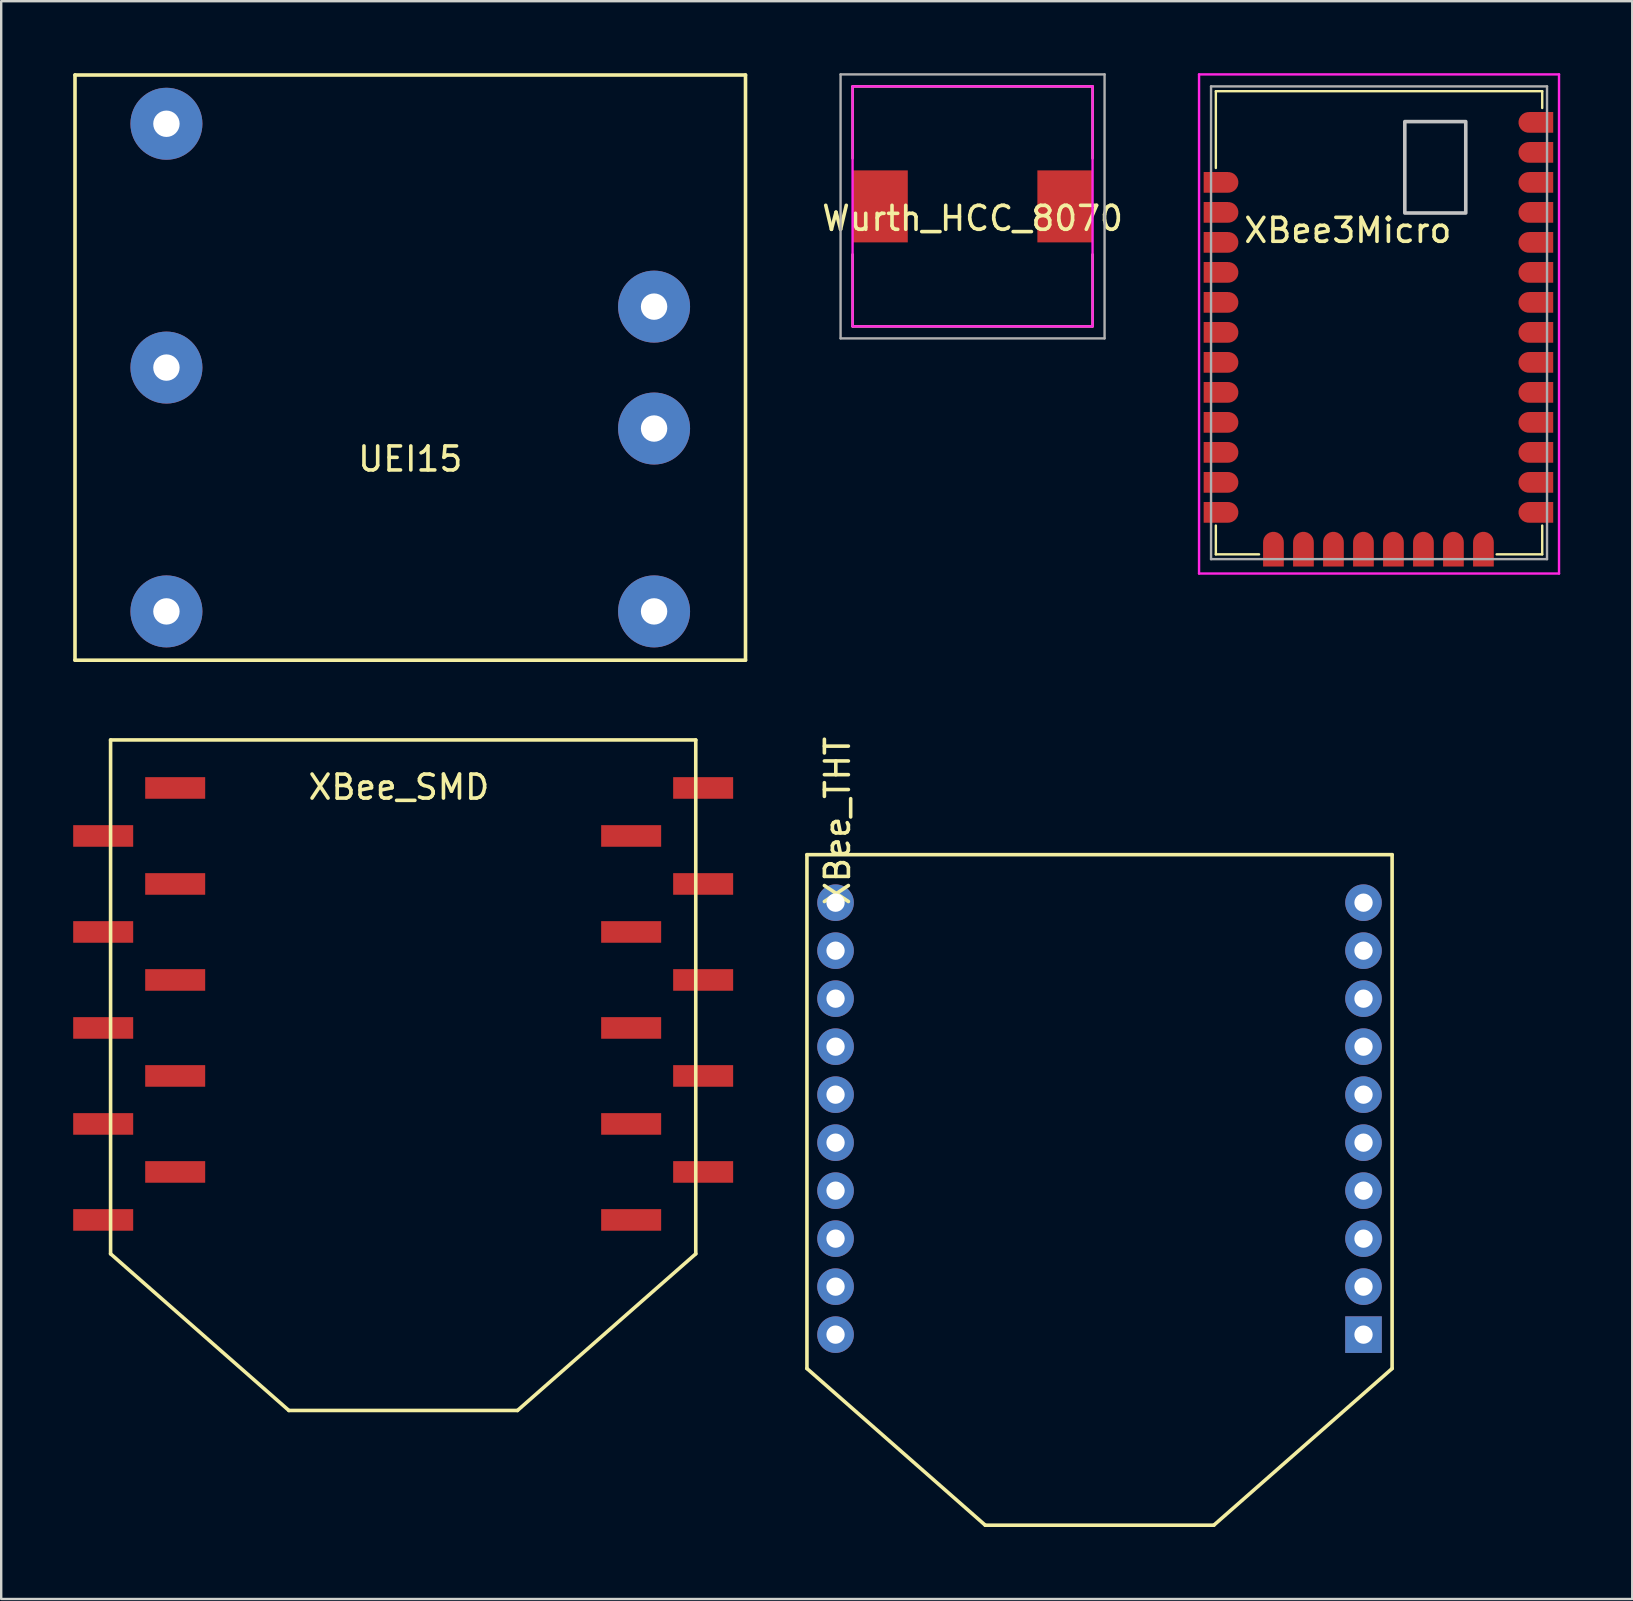
<source format=kicad_pcb>
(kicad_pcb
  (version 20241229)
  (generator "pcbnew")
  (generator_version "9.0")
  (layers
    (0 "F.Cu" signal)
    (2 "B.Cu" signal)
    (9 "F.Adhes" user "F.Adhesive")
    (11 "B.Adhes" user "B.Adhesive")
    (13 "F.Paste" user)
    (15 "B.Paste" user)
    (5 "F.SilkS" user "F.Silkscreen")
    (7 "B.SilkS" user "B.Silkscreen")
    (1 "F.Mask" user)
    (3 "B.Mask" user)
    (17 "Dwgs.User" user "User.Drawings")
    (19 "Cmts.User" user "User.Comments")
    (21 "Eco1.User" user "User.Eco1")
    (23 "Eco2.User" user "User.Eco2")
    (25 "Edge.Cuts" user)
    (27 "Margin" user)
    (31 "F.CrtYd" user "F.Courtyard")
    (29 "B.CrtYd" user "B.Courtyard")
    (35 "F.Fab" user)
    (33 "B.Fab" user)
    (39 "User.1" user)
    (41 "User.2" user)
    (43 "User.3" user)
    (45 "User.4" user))
  (footprint "UEI15"
    (layer "F.Cu")
    (at 14.045 12.267)
    (property "Reference" "UEI15" (at 0 3.81 0) (layer "F.SilkS") (effects (font (size 1 1) (thickness 0.15))))
    (attr through_hole)
    (fp_line (start -13.97 -12.192) (end -13.97 12.192) (stroke (width 0.15) (type solid)) (layer "F.SilkS"))
    (fp_line (start -13.97 -12.192) (end 13.97 -12.192) (stroke (width 0.15) (type solid)) (layer "F.SilkS"))
    (fp_line (start 13.97 -12.192) (end 13.97 12.192) (stroke (width 0.15) (type solid)) (layer "F.SilkS"))
    (fp_line (start 13.97 12.192) (end -13.97 12.192) (stroke (width 0.15) (type solid)) (layer "F.SilkS"))
    (pad "1" thru_hole circle (at 10.16 -2.54) (size 3 3) (drill 1.1) (layers "*.Cu" "*.Mask"))
    (pad "2" thru_hole circle (at 10.16 2.54) (size 3 3) (drill 1.1) (layers "*.Cu" "*.Mask"))
    (pad "3" thru_hole circle (at -10.16 -10.16) (size 3 3) (drill 1.1) (layers "*.Cu" "*.Mask"))
    (pad "4" thru_hole circle (at -10.16 0) (size 3 3) (drill 1.1) (layers "*.Cu" "*.Mask"))
    (pad "5" thru_hole circle (at -10.16 10.16) (size 3 3) (drill 1.1) (layers "*.Cu" "*.Mask"))
    (pad "6" thru_hole circle (at 10.16 10.16) (size 3 3) (drill 1.1) (layers "*.Cu" "*.Mask")))
  (footprint "XBee_SMD"
    (layer "F.Cu")
    (at 13.75 27.784)
    (property "Reference" "XBee_SMD" (at -0.178 1.966 0) (layer "F.SilkS") (effects (font (size 1 1) (thickness 0.15))))
    (attr through_hole)
    (fp_line (start -12.192 0) (end -12.192 21.412) (stroke (width 0.15) (type solid)) (layer "F.SilkS"))
    (fp_line (start -12.192 0) (end 12.192 0) (stroke (width 0.15) (type solid)) (layer "F.SilkS"))
    (fp_line (start -12.192 21.412) (end -4.763 27.94) (stroke (width 0.15) (type solid)) (layer "F.SilkS"))
    (fp_line (start -4.763 27.94) (end 4.763 27.94) (stroke (width 0.15) (type solid)) (layer "F.SilkS"))
    (fp_line (start 12.192 0) (end 12.192 21.412) (stroke (width 0.15) (type solid)) (layer "F.SilkS"))
    (fp_line (start 12.192 21.412) (end 4.763 27.94) (stroke (width 0.15) (type solid)) (layer "F.SilkS"))
    (pad "1" smd rect (at 9.5 20) (size 2.5 0.9) (layers "F.Cu" "F.Mask" "F.Paste"))
    (pad "2" smd rect (at 12.5 18) (size 2.5 0.9) (layers "F.Cu" "F.Mask" "F.Paste"))
    (pad "3" smd rect (at 9.5 16) (size 2.5 0.9) (layers "F.Cu" "F.Mask" "F.Paste"))
    (pad "4" smd rect (at 12.5 14) (size 2.5 0.9) (layers "F.Cu" "F.Mask" "F.Paste"))
    (pad "5" smd rect (at 9.5 12) (size 2.5 0.9) (layers "F.Cu" "F.Mask" "F.Paste"))
    (pad "6" smd rect (at 12.5 10) (size 2.5 0.9) (layers "F.Cu" "F.Mask" "F.Paste"))
    (pad "7" smd rect (at 9.5 8) (size 2.5 0.9) (layers "F.Cu" "F.Mask" "F.Paste"))
    (pad "8" smd rect (at 12.5 6) (size 2.5 0.9) (layers "F.Cu" "F.Mask" "F.Paste"))
    (pad "9" smd rect (at 9.5 4) (size 2.5 0.9) (layers "F.Cu" "F.Mask" "F.Paste"))
    (pad "10" smd rect (at 12.5 2) (size 2.5 0.9) (layers "F.Cu" "F.Mask" "F.Paste"))
    (pad "11" smd rect (at -9.5 2) (size 2.5 0.9) (layers "F.Cu" "F.Mask" "F.Paste"))
    (pad "12" smd rect (at -12.5 4) (size 2.5 0.9) (layers "F.Cu" "F.Mask" "F.Paste"))
    (pad "13" smd rect (at -9.5 6) (size 2.5 0.9) (layers "F.Cu" "F.Mask" "F.Paste"))
    (pad "14" smd rect (at -12.5 8) (size 2.5 0.9) (layers "F.Cu" "F.Mask" "F.Paste"))
    (pad "15" smd rect (at -9.5 10) (size 2.5 0.9) (layers "F.Cu" "F.Mask" "F.Paste"))
    (pad "16" smd rect (at -12.5 12) (size 2.5 0.9) (layers "F.Cu" "F.Mask" "F.Paste"))
    (pad "17" smd rect (at -9.5 14) (size 2.5 0.9) (layers "F.Cu" "F.Mask" "F.Paste"))
    (pad "18" smd rect (at -12.5 16) (size 2.5 0.9) (layers "F.Cu" "F.Mask" "F.Paste"))
    (pad "19" smd rect (at -9.5 18) (size 2.5 0.9) (layers "F.Cu" "F.Mask" "F.Paste"))
    (pad "20" smd rect (at -12.5 20) (size 2.5 0.9) (layers "F.Cu" "F.Mask" "F.Paste")))
  (footprint "Wurth_HCC_8070"
    (layer "F.Cu")
    (at 37.477 5.55)
    (property "Reference" "Wurth_HCC_8070" (at 0 0.5 0) (layer "F.SilkS") (effects (font (size 1 1) (thickness 0.15))))
    (attr through_hole)
    (fp_line (start -5 -5) (end 5 -5) (stroke (width 0.1) (type solid)) (layer "F.SilkS"))
    (fp_line (start -5 -2) (end -5 -5) (stroke (width 0.1) (type solid)) (layer "F.SilkS"))
    (fp_line (start -5 5) (end -5 2) (stroke (width 0.1) (type solid)) (layer "F.SilkS"))
    (fp_line (start 5 -5) (end 5 -2) (stroke (width 0.1) (type solid)) (layer "F.SilkS"))
    (fp_line (start 5 2) (end 5 5) (stroke (width 0.1) (type solid)) (layer "F.SilkS"))
    (fp_line (start 5 5) (end -5 5) (stroke (width 0.1) (type solid)) (layer "F.SilkS"))
    (fp_line (start -5 -5) (end 5 -5) (stroke (width 0.1) (type solid)) (layer "F.CrtYd"))
    (fp_line (start -5 5) (end -5 -5) (stroke (width 0.1) (type solid)) (layer "F.CrtYd"))
    (fp_line (start 5 -5) (end 5 5) (stroke (width 0.1) (type solid)) (layer "F.CrtYd"))
    (fp_line (start 5 5) (end -5 5) (stroke (width 0.1) (type solid)) (layer "F.CrtYd"))
    (fp_line (start -5.5 -5.5) (end 5.5 -5.5) (stroke (width 0.1) (type solid)) (layer "F.Fab"))
    (fp_line (start -5.5 5.5) (end -5.5 -5.5) (stroke (width 0.1) (type solid)) (layer "F.Fab"))
    (fp_line (start 5.5 -5.5) (end 5.5 5.5) (stroke (width 0.1) (type solid)) (layer "F.Fab"))
    (fp_line (start 5.5 5.5) (end -5.5 5.5) (stroke (width 0.1) (type solid)) (layer "F.Fab"))
    (pad "1" smd rect (at 3.85 0) (size 2.3 3) (layers "F.Cu" "F.Mask" "F.Paste"))
    (pad "2" smd rect (at -3.85 0) (size 2.3 3) (layers "F.Cu" "F.Mask" "F.Paste")))
  (footprint "XBee3Micro"
    (layer "F.Cu")
    (at 47.614 20.05)
    (property "Reference" "XBee3Micro" (at 5.5 -13.5 0) (layer "F.SilkS") (effects (font (size 1 1) (thickness 0.15))))
    (attr through_hole)
    (fp_line (start 0 -19.3) (end 0 -16.1) (stroke (width 0.1) (type solid)) (layer "F.SilkS"))
    (fp_line (start 0 -1.2) (end 0 0) (stroke (width 0.1) (type solid)) (layer "F.SilkS"))
    (fp_line (start 0 0) (end 1.8 0) (stroke (width 0.1) (type solid)) (layer "F.SilkS"))
    (fp_line (start 11.7 0) (end 13.6 0) (stroke (width 0.1) (type solid)) (layer "F.SilkS"))
    (fp_line (start 13.6 -19.3) (end 0 -19.3) (stroke (width 0.1) (type solid)) (layer "F.SilkS"))
    (fp_line (start 13.6 -18.6) (end 13.6 -19.3) (stroke (width 0.1) (type solid)) (layer "F.SilkS"))
    (fp_line (start 13.6 0) (end 13.6 -1.2) (stroke (width 0.1) (type solid)) (layer "F.SilkS"))
    (fp_poly (pts (xy 7.874 -18.034) (xy 10.414 -18.034) (xy 10.414 -14.224) (xy 7.874 -14.224)) (stroke (width 0.15) (type solid)) (fill no) (layer "Dwgs.User"))
    (fp_line (start -0.7 -20) (end 14.3 -20) (stroke (width 0.1) (type solid)) (layer "F.CrtYd"))
    (fp_line (start -0.7 0.8) (end -0.7 -20) (stroke (width 0.1) (type solid)) (layer "F.CrtYd"))
    (fp_line (start 14.3 -20) (end 14.3 0.8) (stroke (width 0.1) (type solid)) (layer "F.CrtYd"))
    (fp_line (start 14.3 0.8) (end -0.7 0.8) (stroke (width 0.1) (type solid)) (layer "F.CrtYd"))
    (fp_line (start -0.2 -19.5) (end 13.8 -19.5) (stroke (width 0.1) (type solid)) (layer "F.Fab"))
    (fp_line (start -0.2 0.2) (end -0.2 -19.5) (stroke (width 0.1) (type solid)) (layer "F.Fab"))
    (fp_line (start 13.8 -19.5) (end 13.8 0.2) (stroke (width 0.1) (type solid)) (layer "F.Fab"))
    (fp_line (start 13.8 0.2) (end -0.2 0.2) (stroke (width 0.1) (type solid)) (layer "F.Fab"))
    (pad "1" smd custom (at 0 -15.5) (size 1.016 0.864) (layers "F.Cu" "F.Mask" "F.Paste") (options (anchor rect)) (primitives (gr_circle (center 0.508 0) (end 0.94 0) (width 0) (fill yes))))
    (pad "2" smd custom (at 0 -14.25) (size 1.016 0.864) (layers "F.Cu" "F.Mask" "F.Paste") (options (anchor rect)) (primitives (gr_circle (center 0.508 0) (end 0.94 0) (width 0) (fill yes))))
    (pad "3" smd custom (at 0 -13) (size 1.016 0.864) (layers "F.Cu" "F.Mask" "F.Paste") (options (anchor rect)) (primitives (gr_circle (center 0.508 0) (end 0.94 0) (width 0) (fill yes))))
    (pad "4" smd custom (at 0 -11.75) (size 1.016 0.864) (layers "F.Cu" "F.Mask" "F.Paste") (options (anchor rect)) (primitives (gr_circle (center 0.508 0) (end 0.94 0) (width 0) (fill yes))))
    (pad "5" smd custom (at 0 -10.5) (size 1.016 0.864) (layers "F.Cu" "F.Mask" "F.Paste") (options (anchor rect)) (primitives (gr_circle (center 0.508 0) (end 0.94 0) (width 0) (fill yes))))
    (pad "6" smd custom (at 0 -9.25) (size 1.016 0.864) (layers "F.Cu" "F.Mask" "F.Paste") (options (anchor rect)) (primitives (gr_circle (center 0.508 0) (end 0.94 0) (width 0) (fill yes))))
    (pad "7" smd custom (at 0 -8) (size 1.016 0.864) (layers "F.Cu" "F.Mask" "F.Paste") (options (anchor rect)) (primitives (gr_circle (center 0.508 0) (end 0.94 0) (width 0) (fill yes))))
    (pad "8" smd custom (at 0 -6.75) (size 1.016 0.864) (layers "F.Cu" "F.Mask" "F.Paste") (options (anchor rect)) (primitives (gr_circle (center 0.508 0) (end 0.94 0) (width 0) (fill yes))))
    (pad "9" smd custom (at 0 -5.5) (size 1.016 0.864) (layers "F.Cu" "F.Mask" "F.Paste") (options (anchor rect)) (primitives (gr_circle (center 0.508 0) (end 0.94 0) (width 0) (fill yes))))
    (pad "10" smd custom (at 0 -4.25) (size 1.016 0.864) (layers "F.Cu" "F.Mask" "F.Paste") (options (anchor rect)) (primitives (gr_circle (center 0.508 0) (end 0.94 0) (width 0) (fill yes))))
    (pad "11" smd custom (at 0 -3) (size 1.016 0.864) (layers "F.Cu" "F.Mask" "F.Paste") (options (anchor rect)) (primitives (gr_circle (center 0.508 0) (end 0.94 0) (width 0) (fill yes))))
    (pad "12" smd custom (at 0 -1.75) (size 1.016 0.864) (layers "F.Cu" "F.Mask" "F.Paste") (options (anchor rect)) (primitives (gr_circle (center 0.508 0) (end 0.94 0) (width 0) (fill yes))))
    (pad "13" smd custom (at 2.4 0 90) (size 1.016 0.864) (layers "F.Cu" "F.Mask" "F.Paste") (options (anchor rect)) (primitives (gr_circle (center 0.508 0) (end 0.94 0) (width 0) (fill yes))))
    (pad "14" smd custom (at 3.65 0 90) (size 1.016 0.864) (layers "F.Cu" "F.Mask" "F.Paste") (options (anchor rect)) (primitives (gr_circle (center 0.508 0) (end 0.94 0) (width 0) (fill yes))))
    (pad "15" smd custom (at 4.9 0 90) (size 1.016 0.864) (layers "F.Cu" "F.Mask" "F.Paste") (options (anchor rect)) (primitives (gr_circle (center 0.508 0) (end 0.94 0) (width 0) (fill yes))))
    (pad "16" smd custom (at 6.15 0 90) (size 1.016 0.864) (layers "F.Cu" "F.Mask" "F.Paste") (options (anchor rect)) (primitives (gr_circle (center 0.508 0) (end 0.94 0) (width 0) (fill yes))))
    (pad "17" smd custom (at 7.4 0 90) (size 1.016 0.864) (layers "F.Cu" "F.Mask" "F.Paste") (options (anchor rect)) (primitives (gr_circle (center 0.508 0) (end 0.94 0) (width 0) (fill yes))))
    (pad "18" smd custom (at 8.65 0 90) (size 1.016 0.864) (layers "F.Cu" "F.Mask" "F.Paste") (options (anchor rect)) (primitives (gr_circle (center 0.508 0) (end 0.94 0) (width 0) (fill yes))))
    (pad "19" smd custom (at 9.9 0 90) (size 1.016 0.864) (layers "F.Cu" "F.Mask" "F.Paste") (options (anchor rect)) (primitives (gr_circle (center 0.508 0) (end 0.94 0) (width 0) (fill yes))))
    (pad "20" smd custom (at 11.15 0 90) (size 1.016 0.864) (layers "F.Cu" "F.Mask" "F.Paste") (options (anchor rect)) (primitives (gr_circle (center 0.508 0) (end 0.94 0) (width 0) (fill yes))))
    (pad "21" smd custom (at 13.55 -1.75 180) (size 1.016 0.864) (layers "F.Cu" "F.Mask" "F.Paste") (options (anchor rect)) (primitives (gr_circle (center 0.508 0) (end 0.94 0) (width 0) (fill yes))))
    (pad "22" smd custom (at 13.55 -3 180) (size 1.016 0.864) (layers "F.Cu" "F.Mask" "F.Paste") (options (anchor rect)) (primitives (gr_circle (center 0.508 0) (end 0.94 0) (width 0) (fill yes))))
    (pad "23" smd custom (at 13.55 -4.25 180) (size 1.016 0.864) (layers "F.Cu" "F.Mask" "F.Paste") (options (anchor rect)) (primitives (gr_circle (center 0.508 0) (end 0.94 0) (width 0) (fill yes))))
    (pad "24" smd custom (at 13.55 -5.5 180) (size 1.016 0.864) (layers "F.Cu" "F.Mask" "F.Paste") (options (anchor rect)) (primitives (gr_circle (center 0.508 0) (end 0.94 0) (width 0) (fill yes))))
    (pad "25" smd custom (at 13.55 -6.75 180) (size 1.016 0.864) (layers "F.Cu" "F.Mask" "F.Paste") (options (anchor rect)) (primitives (gr_circle (center 0.508 0) (end 0.94 0) (width 0) (fill yes))))
    (pad "26" smd custom (at 13.55 -8 180) (size 1.016 0.864) (layers "F.Cu" "F.Mask" "F.Paste") (options (anchor rect)) (primitives (gr_circle (center 0.508 0) (end 0.94 0) (width 0) (fill yes))))
    (pad "27" smd custom (at 13.55 -9.25 180) (size 1.016 0.864) (layers "F.Cu" "F.Mask" "F.Paste") (options (anchor rect)) (primitives (gr_circle (center 0.508 0) (end 0.94 0) (width 0) (fill yes))))
    (pad "28" smd custom (at 13.55 -10.5 180) (size 1.016 0.864) (layers "F.Cu" "F.Mask" "F.Paste") (options (anchor rect)) (primitives (gr_circle (center 0.508 0) (end 0.94 0) (width 0) (fill yes))))
    (pad "29" smd custom (at 13.55 -11.75 180) (size 1.016 0.864) (layers "F.Cu" "F.Mask" "F.Paste") (options (anchor rect)) (primitives (gr_circle (center 0.508 0) (end 0.94 0) (width 0) (fill yes))))
    (pad "30" smd custom (at 13.55 -13 180) (size 1.016 0.864) (layers "F.Cu" "F.Mask" "F.Paste") (options (anchor rect)) (primitives (gr_circle (center 0.508 0) (end 0.94 0) (width 0) (fill yes))))
    (pad "31" smd custom (at 13.55 -14.25 180) (size 1.016 0.864) (layers "F.Cu" "F.Mask" "F.Paste") (options (anchor rect)) (primitives (gr_circle (center 0.508 0) (end 0.94 0) (width 0) (fill yes))))
    (pad "32" smd custom (at 13.55 -15.5 180) (size 1.016 0.864) (layers "F.Cu" "F.Mask" "F.Paste") (options (anchor rect)) (primitives (gr_circle (center 0.508 0) (end 0.94 0) (width 0) (fill yes))))
    (pad "33" smd custom (at 13.55 -16.75 180) (size 1.016 0.864) (layers "F.Cu" "F.Mask" "F.Paste") (options (anchor rect)) (primitives (gr_circle (center 0.508 0) (end 0.94 0) (width 0) (fill yes))))
    (pad "34" smd custom (at 13.55 -18 180) (size 1.016 0.864) (layers "F.Cu" "F.Mask" "F.Paste") (options (anchor rect)) (primitives (gr_circle (center 0.508 0) (end 0.94 0) (width 0) (fill yes)))))
  (footprint "XBee_THT"
    (layer "F.Cu")
    (at 42.767 32.564)
    (property "Reference" "XBee_THT" (at -10.92 -1.405 90) (layer "F.SilkS") (effects (font (size 1 1) (thickness 0.15))))
    (attr through_hole)
    (fp_line (start -12.192 0) (end -12.192 21.412) (stroke (width 0.15) (type solid)) (layer "F.SilkS"))
    (fp_line (start -12.192 0) (end 12.192 0) (stroke (width 0.15) (type solid)) (layer "F.SilkS"))
    (fp_line (start -12.192 21.412) (end -4.763 27.94) (stroke (width 0.15) (type solid)) (layer "F.SilkS"))
    (fp_line (start -4.763 27.94) (end 4.763 27.94) (stroke (width 0.15) (type solid)) (layer "F.SilkS"))
    (fp_line (start 12.192 0) (end 12.192 21.412) (stroke (width 0.15) (type solid)) (layer "F.SilkS"))
    (fp_line (start 12.192 21.412) (end 4.763 27.94) (stroke (width 0.15) (type solid)) (layer "F.SilkS"))
    (pad "1" thru_hole rect (at 11 20) (size 1.524 1.524) (drill 0.762) (layers "*.Cu" "*.Mask"))
    (pad "2" thru_hole circle (at 11 18) (size 1.524 1.524) (drill 0.762) (layers "*.Cu" "*.Mask"))
    (pad "3" thru_hole circle (at 11 16) (size 1.524 1.524) (drill 0.762) (layers "*.Cu" "*.Mask"))
    (pad "4" thru_hole circle (at 11 14) (size 1.524 1.524) (drill 0.762) (layers "*.Cu" "*.Mask"))
    (pad "5" thru_hole circle (at 11 12) (size 1.524 1.524) (drill 0.762) (layers "*.Cu" "*.Mask"))
    (pad "6" thru_hole circle (at 11 10) (size 1.524 1.524) (drill 0.762) (layers "*.Cu" "*.Mask"))
    (pad "7" thru_hole circle (at 11 8) (size 1.524 1.524) (drill 0.762) (layers "*.Cu" "*.Mask"))
    (pad "8" thru_hole circle (at 11 6) (size 1.524 1.524) (drill 0.762) (layers "*.Cu" "*.Mask"))
    (pad "9" thru_hole circle (at 11 4) (size 1.524 1.524) (drill 0.762) (layers "*.Cu" "*.Mask"))
    (pad "10" thru_hole circle (at 11 2) (size 1.524 1.524) (drill 0.762) (layers "*.Cu" "*.Mask"))
    (pad "11" thru_hole circle (at -11 2) (size 1.524 1.524) (drill 0.762) (layers "*.Cu" "*.Mask"))
    (pad "12" thru_hole circle (at -11 4) (size 1.524 1.524) (drill 0.762) (layers "*.Cu" "*.Mask"))
    (pad "13" thru_hole circle (at -11 6) (size 1.524 1.524) (drill 0.762) (layers "*.Cu" "*.Mask"))
    (pad "14" thru_hole circle (at -11 8) (size 1.524 1.524) (drill 0.762) (layers "*.Cu" "*.Mask"))
    (pad "15" thru_hole circle (at -11 10) (size 1.524 1.524) (drill 0.762) (layers "*.Cu" "*.Mask"))
    (pad "16" thru_hole circle (at -11 12) (size 1.524 1.524) (drill 0.762) (layers "*.Cu" "*.Mask"))
    (pad "17" thru_hole circle (at -11 14) (size 1.524 1.524) (drill 0.762) (layers "*.Cu" "*.Mask"))
    (pad "18" thru_hole circle (at -11 16) (size 1.524 1.524) (drill 0.762) (layers "*.Cu" "*.Mask"))
    (pad "19" thru_hole circle (at -11 18) (size 1.524 1.524) (drill 0.762) (layers "*.Cu" "*.Mask"))
    (pad "20" thru_hole circle (at -11 20) (size 1.524 1.524) (drill 0.762) (layers "*.Cu" "*.Mask")))
  (gr_rect
    (start -3 -3)
    (end 64.964 63.579)
    (stroke (width 0.1) (type default))
    (fill no)
    (layer "Edge.Cuts")))
</source>
